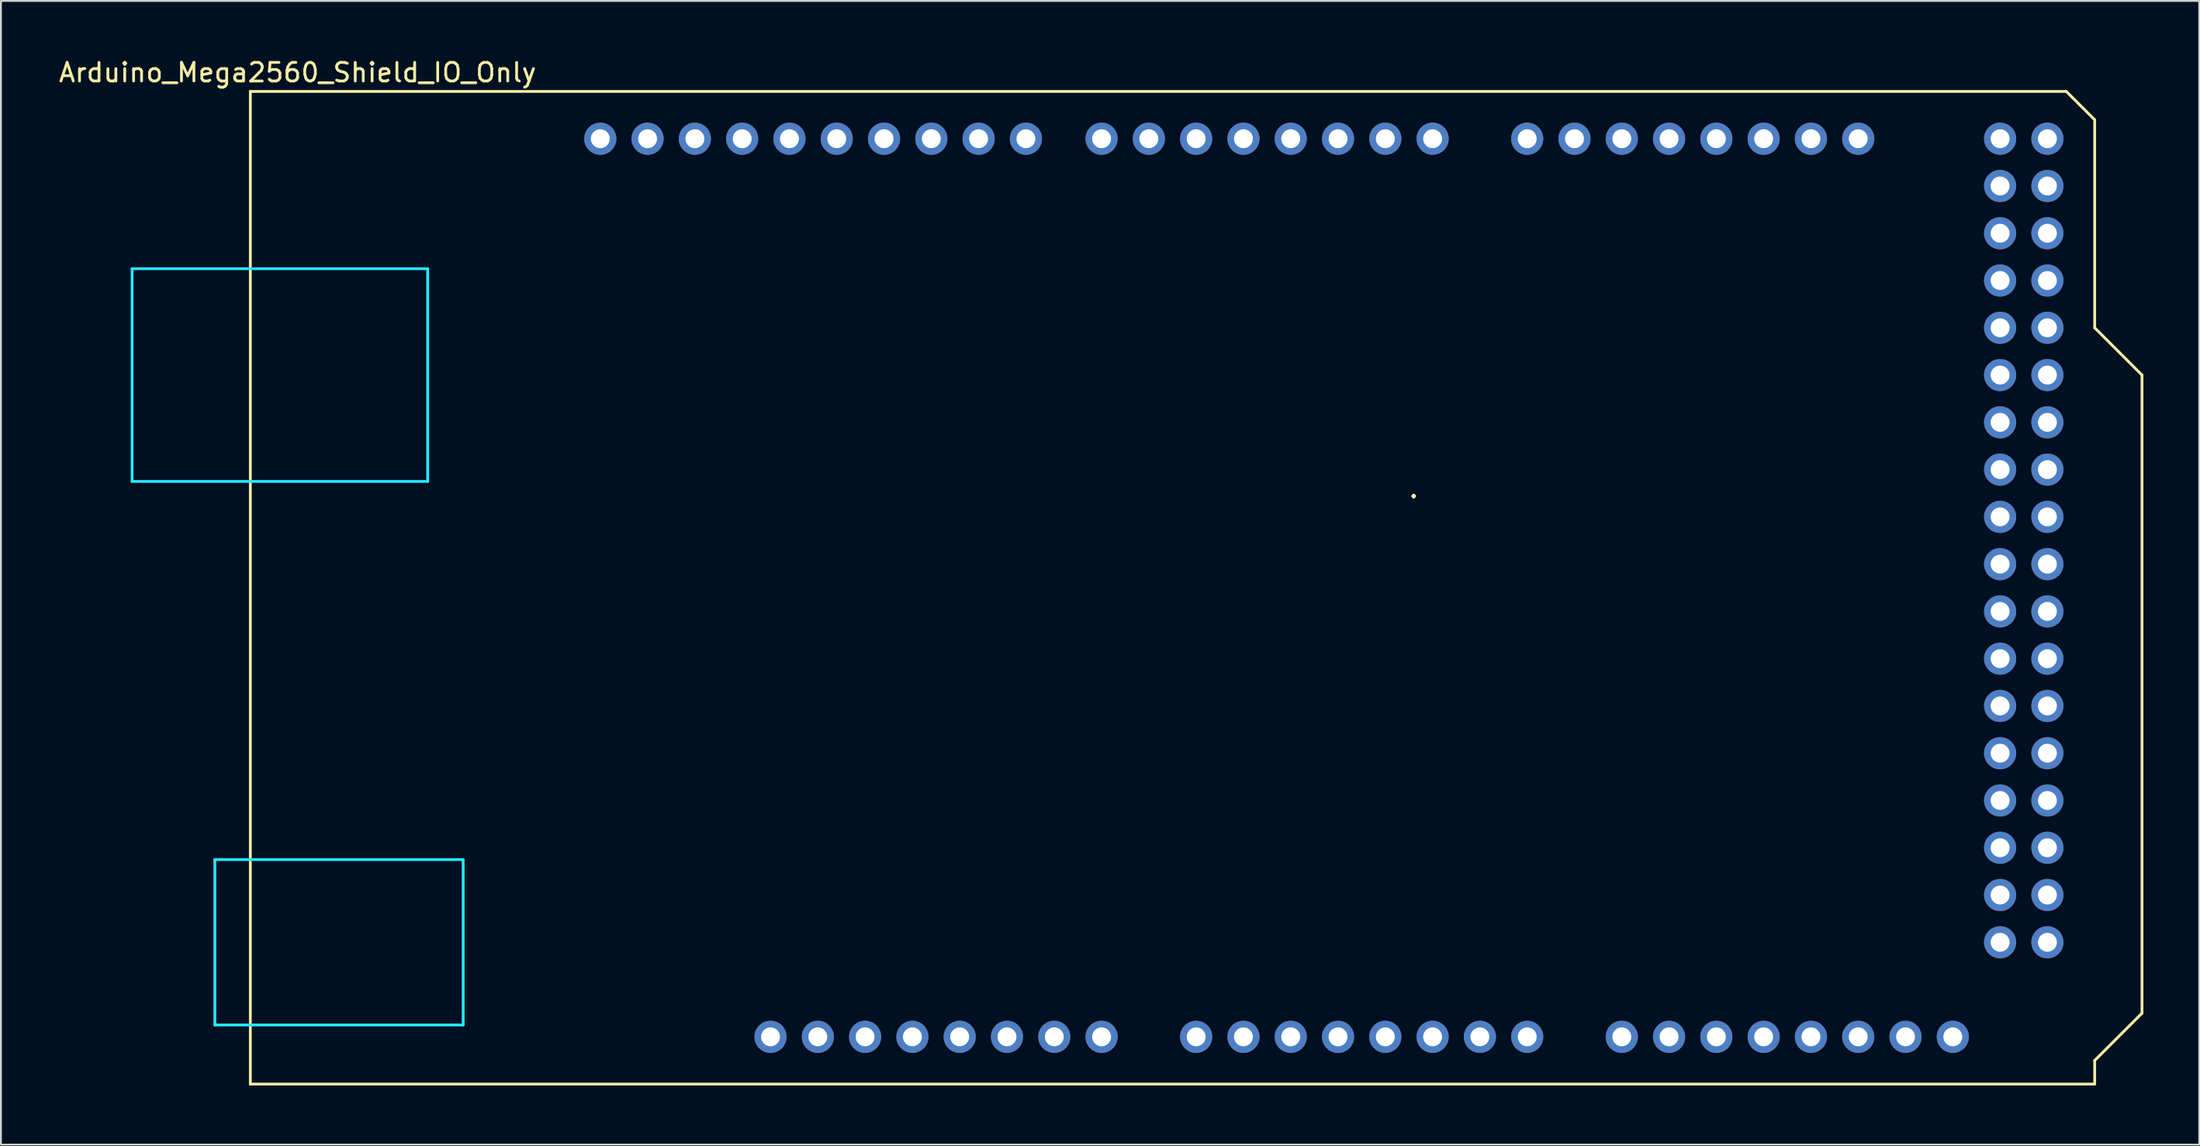
<source format=kicad_pcb>
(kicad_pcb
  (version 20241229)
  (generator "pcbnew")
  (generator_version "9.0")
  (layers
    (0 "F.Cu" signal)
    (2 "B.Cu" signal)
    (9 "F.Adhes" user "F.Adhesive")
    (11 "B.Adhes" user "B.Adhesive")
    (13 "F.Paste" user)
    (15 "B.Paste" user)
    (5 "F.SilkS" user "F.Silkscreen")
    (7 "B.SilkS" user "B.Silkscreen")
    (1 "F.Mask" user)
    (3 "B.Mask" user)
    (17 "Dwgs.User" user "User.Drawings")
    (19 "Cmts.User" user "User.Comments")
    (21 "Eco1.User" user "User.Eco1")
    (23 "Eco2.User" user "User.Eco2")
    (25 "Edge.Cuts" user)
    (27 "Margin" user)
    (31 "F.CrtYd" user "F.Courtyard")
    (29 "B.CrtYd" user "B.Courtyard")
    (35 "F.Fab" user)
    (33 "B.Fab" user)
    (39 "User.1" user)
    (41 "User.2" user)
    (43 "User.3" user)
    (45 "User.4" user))
  (footprint "Arduino_Mega2560_Shield_IO_Only"
    (layer "F.Cu")
    (at 10.395 55.204)
    (property "Reference" "Arduino_Mega2560_Shield_IO_Only" (at 2.54 -54.356 0) (layer "F.SilkS") (effects (font (size 1 1) (thickness 0.15))))
    (attr through_hole)
    (fp_line (start 0 -53.34) (end 0 0) (stroke (width 0.15) (type solid)) (layer "F.SilkS"))
    (fp_line (start 0 -53.34) (end 97.536 -53.34) (stroke (width 0.15) (type solid)) (layer "F.SilkS"))
    (fp_line (start 0 0) (end 99.06 0) (stroke (width 0.15) (type solid)) (layer "F.SilkS"))
    (fp_line (start 97.536 -53.34) (end 99.06 -51.816) (stroke (width 0.15) (type solid)) (layer "F.SilkS"))
    (fp_line (start 99.06 -40.64) (end 99.06 -51.816) (stroke (width 0.15) (type solid)) (layer "F.SilkS"))
    (fp_line (start 99.06 -1.27) (end 101.6 -3.81) (stroke (width 0.15) (type solid)) (layer "F.SilkS"))
    (fp_line (start 99.06 0) (end 99.06 -1.27) (stroke (width 0.15) (type solid)) (layer "F.SilkS"))
    (fp_line (start 101.6 -38.1) (end 99.06 -40.64) (stroke (width 0.15) (type solid)) (layer "F.SilkS"))
    (fp_line (start 101.6 -3.81) (end 101.6 -38.1) (stroke (width 0.15) (type solid)) (layer "F.SilkS"))
    (fp_line (start -6.35 -43.815) (end -6.35 -32.385) (stroke (width 0.15) (type solid)) (layer "B.CrtYd"))
    (fp_line (start -1.905 -12.065) (end -1.905 -3.175) (stroke (width 0.15) (type solid)) (layer "B.CrtYd"))
    (fp_line (start -1.905 -12.065) (end 11.43 -12.065) (stroke (width 0.15) (type solid)) (layer "B.CrtYd"))
    (fp_line (start -1.905 -3.175) (end 11.43 -3.175) (stroke (width 0.15) (type solid)) (layer "B.CrtYd"))
    (fp_line (start 9.525 -43.815) (end -6.35 -43.815) (stroke (width 0.15) (type solid)) (layer "B.CrtYd"))
    (fp_line (start 9.525 -43.815) (end 9.525 -32.385) (stroke (width 0.15) (type solid)) (layer "B.CrtYd"))
    (fp_line (start 9.525 -32.385) (end -6.35 -32.385) (stroke (width 0.15) (type solid)) (layer "B.CrtYd"))
    (fp_line (start 11.43 -12.065) (end 11.43 -3.175) (stroke (width 0.15) (type solid)) (layer "B.CrtYd"))
    (fp_text user "." (at 62.484 -32.004 0) (layer "F.SilkS") (effects (font (size 1 1) (thickness 0.15))))
    (pad "" thru_hole oval (at 27.94 -2.54) (size 1.727 1.727) (drill 1.016) (layers "*.Cu" "*.Mask"))
    (pad "3V3" thru_hole oval (at 35.56 -2.54) (size 1.727 1.727) (drill 1.016) (layers "*.Cu" "*.Mask"))
    (pad "5V1" thru_hole oval (at 38.1 -2.54) (size 1.727 1.727) (drill 1.016) (layers "*.Cu" "*.Mask"))
    (pad "5V3" thru_hole oval (at 93.98 -50.8) (size 1.727 1.727) (drill 1.016) (layers "*.Cu" "*.Mask"))
    (pad "5V4" thru_hole oval (at 96.52 -50.8) (size 1.727 1.727) (drill 1.016) (layers "*.Cu" "*.Mask"))
    (pad "A0" thru_hole oval (at 50.8 -2.54) (size 1.727 1.727) (drill 1.016) (layers "*.Cu" "*.Mask"))
    (pad "A1" thru_hole oval (at 53.34 -2.54) (size 1.727 1.727) (drill 1.016) (layers "*.Cu" "*.Mask"))
    (pad "A2" thru_hole oval (at 55.88 -2.54) (size 1.727 1.727) (drill 1.016) (layers "*.Cu" "*.Mask"))
    (pad "A3" thru_hole oval (at 58.42 -2.54) (size 1.727 1.727) (drill 1.016) (layers "*.Cu" "*.Mask"))
    (pad "A4" thru_hole oval (at 60.96 -2.54) (size 1.727 1.727) (drill 1.016) (layers "*.Cu" "*.Mask"))
    (pad "A5" thru_hole oval (at 63.5 -2.54) (size 1.727 1.727) (drill 1.016) (layers "*.Cu" "*.Mask"))
    (pad "A6" thru_hole oval (at 66.04 -2.54) (size 1.727 1.727) (drill 1.016) (layers "*.Cu" "*.Mask"))
    (pad "A7" thru_hole oval (at 68.58 -2.54) (size 1.727 1.727) (drill 1.016) (layers "*.Cu" "*.Mask"))
    (pad "A8" thru_hole oval (at 73.66 -2.54) (size 1.727 1.727) (drill 1.016) (layers "*.Cu" "*.Mask"))
    (pad "A9" thru_hole oval (at 76.2 -2.54) (size 1.727 1.727) (drill 1.016) (layers "*.Cu" "*.Mask"))
    (pad "A10" thru_hole oval (at 78.74 -2.54) (size 1.727 1.727) (drill 1.016) (layers "*.Cu" "*.Mask"))
    (pad "A11" thru_hole oval (at 81.28 -2.54) (size 1.727 1.727) (drill 1.016) (layers "*.Cu" "*.Mask"))
    (pad "A12" thru_hole oval (at 83.82 -2.54) (size 1.727 1.727) (drill 1.016) (layers "*.Cu" "*.Mask"))
    (pad "A13" thru_hole oval (at 86.36 -2.54) (size 1.727 1.727) (drill 1.016) (layers "*.Cu" "*.Mask"))
    (pad "A14" thru_hole oval (at 88.9 -2.54) (size 1.727 1.727) (drill 1.016) (layers "*.Cu" "*.Mask"))
    (pad "A15" thru_hole oval (at 91.44 -2.54) (size 1.727 1.727) (drill 1.016) (layers "*.Cu" "*.Mask"))
    (pad "AREF" thru_hole oval (at 23.876 -50.8) (size 1.727 1.727) (drill 1.016) (layers "*.Cu" "*.Mask"))
    (pad "D0" thru_hole oval (at 63.5 -50.8) (size 1.727 1.727) (drill 1.016) (layers "*.Cu" "*.Mask"))
    (pad "D1" thru_hole oval (at 60.96 -50.8) (size 1.727 1.727) (drill 1.016) (layers "*.Cu" "*.Mask"))
    (pad "D2" thru_hole oval (at 58.42 -50.8) (size 1.727 1.727) (drill 1.016) (layers "*.Cu" "*.Mask"))
    (pad "D3" thru_hole oval (at 55.88 -50.8) (size 1.727 1.727) (drill 1.016) (layers "*.Cu" "*.Mask"))
    (pad "D4" thru_hole oval (at 53.34 -50.8) (size 1.727 1.727) (drill 1.016) (layers "*.Cu" "*.Mask"))
    (pad "D5" thru_hole oval (at 50.8 -50.8) (size 1.727 1.727) (drill 1.016) (layers "*.Cu" "*.Mask"))
    (pad "D6" thru_hole oval (at 48.26 -50.8) (size 1.727 1.727) (drill 1.016) (layers "*.Cu" "*.Mask"))
    (pad "D7" thru_hole oval (at 45.72 -50.8) (size 1.727 1.727) (drill 1.016) (layers "*.Cu" "*.Mask"))
    (pad "D8" thru_hole oval (at 41.656 -50.8) (size 1.727 1.727) (drill 1.016) (layers "*.Cu" "*.Mask"))
    (pad "D9" thru_hole oval (at 39.116 -50.8) (size 1.727 1.727) (drill 1.016) (layers "*.Cu" "*.Mask"))
    (pad "D10" thru_hole oval (at 36.576 -50.8) (size 1.727 1.727) (drill 1.016) (layers "*.Cu" "*.Mask"))
    (pad "D11" thru_hole oval (at 34.036 -50.8) (size 1.727 1.727) (drill 1.016) (layers "*.Cu" "*.Mask"))
    (pad "D12" thru_hole oval (at 31.496 -50.8) (size 1.727 1.727) (drill 1.016) (layers "*.Cu" "*.Mask"))
    (pad "D13" thru_hole oval (at 28.956 -50.8) (size 1.727 1.727) (drill 1.016) (layers "*.Cu" "*.Mask"))
    (pad "D14" thru_hole oval (at 68.58 -50.8) (size 1.727 1.727) (drill 1.016) (layers "*.Cu" "*.Mask"))
    (pad "D15" thru_hole oval (at 71.12 -50.8) (size 1.727 1.727) (drill 1.016) (layers "*.Cu" "*.Mask"))
    (pad "D16" thru_hole oval (at 73.66 -50.8) (size 1.727 1.727) (drill 1.016) (layers "*.Cu" "*.Mask"))
    (pad "D17" thru_hole oval (at 76.2 -50.8) (size 1.727 1.727) (drill 1.016) (layers "*.Cu" "*.Mask"))
    (pad "D18" thru_hole oval (at 78.74 -50.8) (size 1.727 1.727) (drill 1.016) (layers "*.Cu" "*.Mask"))
    (pad "D19" thru_hole oval (at 81.28 -50.8) (size 1.727 1.727) (drill 1.016) (layers "*.Cu" "*.Mask"))
    (pad "D20" thru_hole oval (at 83.82 -50.8) (size 1.727 1.727) (drill 1.016) (layers "*.Cu" "*.Mask"))
    (pad "D21" thru_hole oval (at 86.36 -50.8) (size 1.727 1.727) (drill 1.016) (layers "*.Cu" "*.Mask"))
    (pad "D22" thru_hole oval (at 93.98 -48.26) (size 1.727 1.727) (drill 1.016) (layers "*.Cu" "*.Mask"))
    (pad "D23" thru_hole oval (at 96.52 -48.26) (size 1.727 1.727) (drill 1.016) (layers "*.Cu" "*.Mask"))
    (pad "D24" thru_hole oval (at 93.98 -45.72) (size 1.727 1.727) (drill 1.016) (layers "*.Cu" "*.Mask"))
    (pad "D25" thru_hole oval (at 96.52 -45.72) (size 1.727 1.727) (drill 1.016) (layers "*.Cu" "*.Mask"))
    (pad "D26" thru_hole oval (at 93.98 -43.18) (size 1.727 1.727) (drill 1.016) (layers "*.Cu" "*.Mask"))
    (pad "D27" thru_hole oval (at 96.52 -43.18) (size 1.727 1.727) (drill 1.016) (layers "*.Cu" "*.Mask"))
    (pad "D28" thru_hole oval (at 93.98 -40.64) (size 1.727 1.727) (drill 1.016) (layers "*.Cu" "*.Mask"))
    (pad "D29" thru_hole oval (at 96.52 -40.64) (size 1.727 1.727) (drill 1.016) (layers "*.Cu" "*.Mask"))
    (pad "D30" thru_hole oval (at 93.98 -38.1) (size 1.727 1.727) (drill 1.016) (layers "*.Cu" "*.Mask"))
    (pad "D31" thru_hole oval (at 96.52 -38.1) (size 1.727 1.727) (drill 1.016) (layers "*.Cu" "*.Mask"))
    (pad "D32" thru_hole oval (at 93.98 -35.56) (size 1.727 1.727) (drill 1.016) (layers "*.Cu" "*.Mask"))
    (pad "D33" thru_hole oval (at 96.52 -35.56) (size 1.727 1.727) (drill 1.016) (layers "*.Cu" "*.Mask"))
    (pad "D34" thru_hole oval (at 93.98 -33.02) (size 1.727 1.727) (drill 1.016) (layers "*.Cu" "*.Mask"))
    (pad "D35" thru_hole oval (at 96.52 -33.02) (size 1.727 1.727) (drill 1.016) (layers "*.Cu" "*.Mask"))
    (pad "D36" thru_hole oval (at 93.98 -30.48) (size 1.727 1.727) (drill 1.016) (layers "*.Cu" "*.Mask"))
    (pad "D37" thru_hole oval (at 96.52 -30.48) (size 1.727 1.727) (drill 1.016) (layers "*.Cu" "*.Mask"))
    (pad "D38" thru_hole oval (at 93.98 -27.94) (size 1.727 1.727) (drill 1.016) (layers "*.Cu" "*.Mask"))
    (pad "D39" thru_hole oval (at 96.52 -27.94) (size 1.727 1.727) (drill 1.016) (layers "*.Cu" "*.Mask"))
    (pad "D40" thru_hole oval (at 93.98 -25.4) (size 1.727 1.727) (drill 1.016) (layers "*.Cu" "*.Mask"))
    (pad "D41" thru_hole oval (at 96.52 -25.4) (size 1.727 1.727) (drill 1.016) (layers "*.Cu" "*.Mask"))
    (pad "D42" thru_hole oval (at 93.98 -22.86) (size 1.727 1.727) (drill 1.016) (layers "*.Cu" "*.Mask"))
    (pad "D43" thru_hole oval (at 96.52 -22.86) (size 1.727 1.727) (drill 1.016) (layers "*.Cu" "*.Mask"))
    (pad "D44" thru_hole oval (at 93.98 -20.32) (size 1.727 1.727) (drill 1.016) (layers "*.Cu" "*.Mask"))
    (pad "D45" thru_hole oval (at 96.52 -20.32) (size 1.727 1.727) (drill 1.016) (layers "*.Cu" "*.Mask"))
    (pad "D46" thru_hole oval (at 93.98 -17.78) (size 1.727 1.727) (drill 1.016) (layers "*.Cu" "*.Mask"))
    (pad "D47" thru_hole oval (at 96.52 -17.78) (size 1.727 1.727) (drill 1.016) (layers "*.Cu" "*.Mask"))
    (pad "D48" thru_hole oval (at 93.98 -15.24) (size 1.727 1.727) (drill 1.016) (layers "*.Cu" "*.Mask"))
    (pad "D49" thru_hole oval (at 96.52 -15.24) (size 1.727 1.727) (drill 1.016) (layers "*.Cu" "*.Mask"))
    (pad "D50" thru_hole oval (at 93.98 -12.7) (size 1.727 1.727) (drill 1.016) (layers "*.Cu" "*.Mask"))
    (pad "D51" thru_hole oval (at 96.52 -12.7) (size 1.727 1.727) (drill 1.016) (layers "*.Cu" "*.Mask"))
    (pad "D52" thru_hole oval (at 93.98 -10.16) (size 1.727 1.727) (drill 1.016) (layers "*.Cu" "*.Mask"))
    (pad "D53" thru_hole oval (at 96.52 -10.16) (size 1.727 1.727) (drill 1.016) (layers "*.Cu" "*.Mask"))
    (pad "GND1" thru_hole oval (at 26.416 -50.8) (size 1.727 1.727) (drill 1.016) (layers "*.Cu" "*.Mask"))
    (pad "GND2" thru_hole oval (at 40.64 -2.54) (size 1.727 1.727) (drill 1.016) (layers "*.Cu" "*.Mask"))
    (pad "GND3" thru_hole oval (at 43.18 -2.54) (size 1.727 1.727) (drill 1.016) (layers "*.Cu" "*.Mask"))
    (pad "GND5" thru_hole oval (at 93.98 -7.62) (size 1.727 1.727) (drill 1.016) (layers "*.Cu" "*.Mask"))
    (pad "GND6" thru_hole oval (at 96.52 -7.62) (size 1.727 1.727) (drill 1.016) (layers "*.Cu" "*.Mask"))
    (pad "IORF" thru_hole oval (at 30.48 -2.54) (size 1.727 1.727) (drill 1.016) (layers "*.Cu" "*.Mask"))
    (pad "RST1" thru_hole oval (at 33.02 -2.54) (size 1.727 1.727) (drill 1.016) (layers "*.Cu" "*.Mask"))
    (pad "SCL" thru_hole oval (at 18.796 -50.8) (size 1.727 1.727) (drill 1.016) (layers "*.Cu" "*.Mask"))
    (pad "SDA" thru_hole oval (at 21.336 -50.8) (size 1.727 1.727) (drill 1.016) (layers "*.Cu" "*.Mask"))
    (pad "VIN" thru_hole oval (at 45.72 -2.54) (size 1.727 1.727) (drill 1.016) (layers "*.Cu" "*.Mask")))
  (gr_rect
    (start -3 -3)
    (end 115.07 58.454)
    (stroke (width 0.1) (type default))
    (fill no)
    (layer "Edge.Cuts")))
</source>
